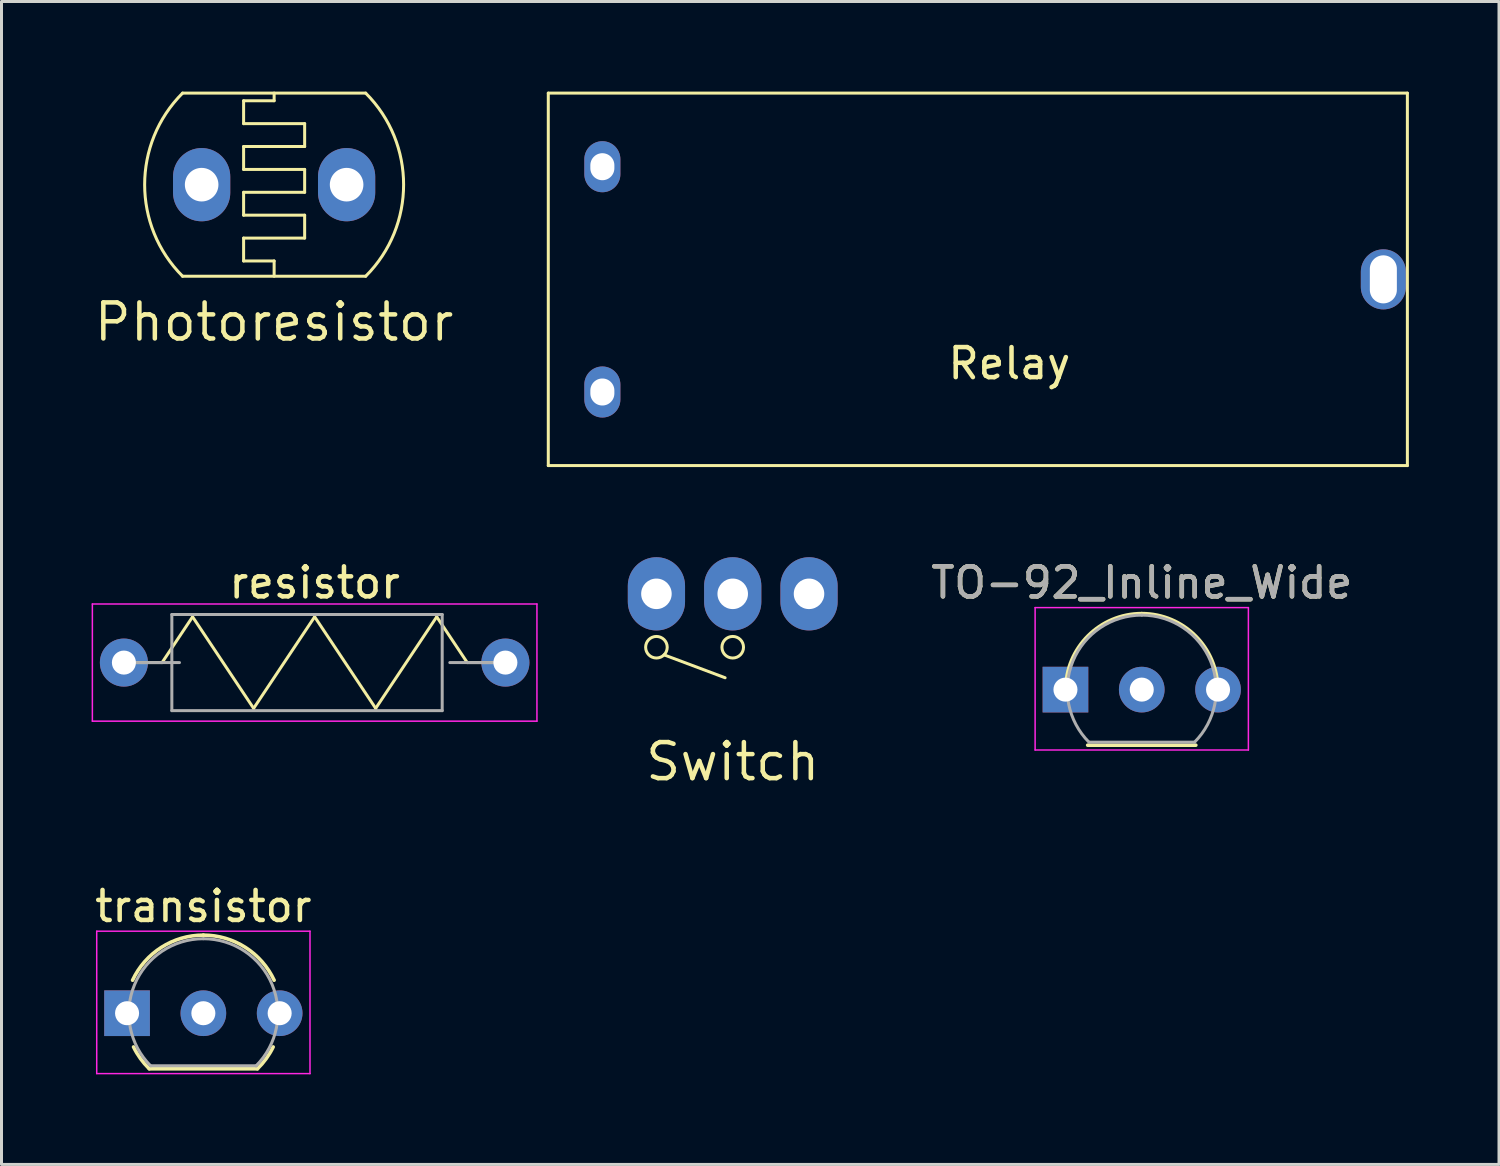
<source format=kicad_pcb>
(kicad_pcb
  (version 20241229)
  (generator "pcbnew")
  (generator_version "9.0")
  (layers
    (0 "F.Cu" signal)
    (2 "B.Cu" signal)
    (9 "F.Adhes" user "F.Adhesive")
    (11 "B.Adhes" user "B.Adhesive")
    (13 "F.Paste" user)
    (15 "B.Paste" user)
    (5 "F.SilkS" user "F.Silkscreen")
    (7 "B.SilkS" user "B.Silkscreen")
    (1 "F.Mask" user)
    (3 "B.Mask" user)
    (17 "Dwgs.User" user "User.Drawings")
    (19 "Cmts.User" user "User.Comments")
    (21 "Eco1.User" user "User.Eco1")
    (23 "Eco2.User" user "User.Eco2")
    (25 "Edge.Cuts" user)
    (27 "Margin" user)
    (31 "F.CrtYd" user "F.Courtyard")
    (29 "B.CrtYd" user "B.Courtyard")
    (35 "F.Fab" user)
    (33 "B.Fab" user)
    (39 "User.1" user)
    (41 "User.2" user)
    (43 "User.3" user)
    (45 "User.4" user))
  (footprint "TO-92_Inline_Wide"
    (layer "F.Cu")
    (at 32.42 19.908)
    (property "Reference" "TO-92_Inline_Wide" (at 2.54 -3.56 180) (layer "F.SilkS") (effects (font (size 1 1) (thickness 0.15))))
    (attr through_hole)
    (fp_line (start 0.74 1.85) (end 4.34 1.85) (stroke (width 0.12) (type solid)) (layer "F.SilkS"))
    (fp_arc (start 0 0) (mid 0.743949 -1.796051) (end 2.54 -2.54) (stroke (width 0.1) (type solid)) (layer "F.SilkS"))
    (fp_arc (start 2.54 -2.54) (mid 4.336051 -1.796051) (end 5.08 0) (stroke (width 0.1) (type solid)) (layer "F.SilkS"))
    (fp_line (start -1.01 -2.73) (end -1.01 2.01) (stroke (width 0.05) (type solid)) (layer "F.CrtYd"))
    (fp_line (start -1.01 -2.73) (end 6.09 -2.73) (stroke (width 0.05) (type solid)) (layer "F.CrtYd"))
    (fp_line (start 6.09 2.01) (end -1.01 2.01) (stroke (width 0.05) (type solid)) (layer "F.CrtYd"))
    (fp_line (start 6.09 2.01) (end 6.09 -2.73) (stroke (width 0.05) (type solid)) (layer "F.CrtYd"))
    (fp_line (start 0.8 1.75) (end 4.3 1.75) (stroke (width 0.1) (type solid)) (layer "F.Fab"))
    (fp_arc (start 0.786375 1.753625) (mid 0.248779 -0.949055) (end 2.54 -2.48) (stroke (width 0.1) (type solid)) (layer "F.Fab"))
    (fp_arc (start 2.54 -2.48) (mid 4.831221 -0.949055) (end 4.293625 1.753625) (stroke (width 0.1) (type solid)) (layer "F.Fab"))
    (fp_text user "${REFERENCE}" (at 2.54 -3.56 180) (layer "F.Fab") (effects (font (size 1 1) (thickness 0.15))))
    (pad "1" thru_hole rect (at 0 0 90) (size 1.52 1.52) (drill 0.8) (layers "*.Cu" "*.Mask"))
    (pad "2" thru_hole circle (at 2.54 0 90) (size 1.52 1.52) (drill 0.8) (layers "*.Cu" "*.Mask"))
    (pad "3" thru_hole circle (at 5.08 0 90) (size 1.52 1.52) (drill 0.8) (layers "*.Cu" "*.Mask")))
  (footprint "resistor"
    (layer "F.Cu")
    (at 1.075 19.008)
    (property "Reference" "resistor" (at 6.35 -2.66 0) (layer "F.SilkS") (effects (font (size 1 1) (thickness 0.15))))
    (attr through_hole)
    (fp_line (start 1.27 0) (end -0.254 0) (stroke (width 0.1) (type solid)) (layer "F.SilkS"))
    (fp_line (start 2.286 -1.524) (end 1.27 0) (stroke (width 0.1) (type solid)) (layer "F.SilkS"))
    (fp_line (start 4.318 1.524) (end 2.286 -1.524) (stroke (width 0.1) (type solid)) (layer "F.SilkS"))
    (fp_line (start 6.35 -1.524) (end 4.318 1.524) (stroke (width 0.1) (type solid)) (layer "F.SilkS"))
    (fp_line (start 8.382 1.524) (end 6.35 -1.524) (stroke (width 0.1) (type solid)) (layer "F.SilkS"))
    (fp_line (start 10.414 -1.524) (end 8.382 1.524) (stroke (width 0.1) (type solid)) (layer "F.SilkS"))
    (fp_line (start 11.43 0) (end 10.414 -1.524) (stroke (width 0.1) (type solid)) (layer "F.SilkS"))
    (fp_line (start 12.446 0) (end 11.43 0) (stroke (width 0.1) (type solid)) (layer "F.SilkS"))
    (fp_line (start -1.05 -1.95) (end -1.05 1.95) (stroke (width 0.05) (type solid)) (layer "F.CrtYd"))
    (fp_line (start -1.05 1.95) (end 13.75 1.95) (stroke (width 0.05) (type solid)) (layer "F.CrtYd"))
    (fp_line (start 13.75 -1.95) (end -1.05 -1.95) (stroke (width 0.05) (type solid)) (layer "F.CrtYd"))
    (fp_line (start 13.75 1.95) (end 13.75 -1.95) (stroke (width 0.05) (type solid)) (layer "F.CrtYd"))
    (fp_line (start 0 0) (end 1.85 0) (stroke (width 0.1) (type solid)) (layer "F.Fab"))
    (fp_line (start 1.596 -1.6) (end 1.596 1.6) (stroke (width 0.1) (type solid)) (layer "F.Fab"))
    (fp_line (start 1.596 1.6) (end 10.596 1.6) (stroke (width 0.1) (type solid)) (layer "F.Fab"))
    (fp_line (start 10.596 -1.6) (end 1.596 -1.6) (stroke (width 0.1) (type solid)) (layer "F.Fab"))
    (fp_line (start 10.596 1.6) (end 10.596 -1.6) (stroke (width 0.1) (type solid)) (layer "F.Fab"))
    (fp_line (start 12.7 0) (end 10.85 0) (stroke (width 0.1) (type solid)) (layer "F.Fab"))
    (pad "1" thru_hole circle (at 0 0) (size 1.6 1.6) (drill 0.8) (layers "*.Cu" "*.Mask"))
    (pad "2" thru_hole oval (at 12.7 0) (size 1.6 1.6) (drill 0.8) (layers "*.Cu" "*.Mask")))
  (footprint "Switch"
    (layer "F.Cu")
    (at 21.343 16.719)
    (property "Reference" "Switch" (at 0 5.588 0) (layer "F.SilkS") (effects (font (size 1.2 1.2) (thickness 0.15))))
    (attr through_hole)
    (fp_line (start -2.286 2.032) (end -0.254 2.794) (stroke (width 0.1) (type solid)) (layer "F.SilkS"))
    (fp_circle (center -2.54 1.778) (end -2.286 2.032) (stroke (width 0.1) (type solid)) (fill no) (layer "F.SilkS"))
    (fp_circle (center 0 1.778) (end 0.254 2.032) (stroke (width 0.1) (type solid)) (fill no) (layer "F.SilkS"))
    (pad "1" thru_hole oval (at -2.54 0) (size 1.905 2.438) (drill 1.016) (layers "*.Cu" "*.Mask"))
    (pad "2" thru_hole oval (at 0 0) (size 1.905 2.438) (drill 1.016) (layers "*.Cu" "*.Mask"))
    (pad "3" thru_hole oval (at 2.54 0) (size 1.905 2.438) (drill 1.016) (layers "*.Cu" "*.Mask")))
  (footprint "Photoresistor"
    (layer "F.Cu")
    (at 6.076 3.098)
    (property "Reference" "Photoresistor" (at 0 4.572 0) (layer "F.SilkS") (effects (font (size 1.2 1.2) (thickness 0.15))))
    (attr through_hole)
    (fp_line (start -3.048 3.048) (end 3.048 3.048) (stroke (width 0.1) (type solid)) (layer "F.SilkS"))
    (fp_line (start -1.016 -2.794) (end 0 -2.794) (stroke (width 0.1) (type solid)) (layer "F.SilkS"))
    (fp_line (start -1.016 -2.032) (end -1.016 -2.794) (stroke (width 0.1) (type solid)) (layer "F.SilkS"))
    (fp_line (start -1.016 -1.27) (end 1.016 -1.27) (stroke (width 0.1) (type solid)) (layer "F.SilkS"))
    (fp_line (start -1.016 -0.508) (end -1.016 -1.27) (stroke (width 0.1) (type solid)) (layer "F.SilkS"))
    (fp_line (start -1.016 0.254) (end 1.016 0.254) (stroke (width 0.1) (type solid)) (layer "F.SilkS"))
    (fp_line (start -1.016 1.016) (end -1.016 0.254) (stroke (width 0.1) (type solid)) (layer "F.SilkS"))
    (fp_line (start -1.016 1.778) (end 1.016 1.778) (stroke (width 0.1) (type solid)) (layer "F.SilkS"))
    (fp_line (start -1.016 2.54) (end -1.016 1.778) (stroke (width 0.1) (type solid)) (layer "F.SilkS"))
    (fp_line (start 0 -2.794) (end 0 -3.048) (stroke (width 0.1) (type solid)) (layer "F.SilkS"))
    (fp_line (start 0 2.54) (end -1.016 2.54) (stroke (width 0.1) (type solid)) (layer "F.SilkS"))
    (fp_line (start 0 3.048) (end 0 2.54) (stroke (width 0.1) (type solid)) (layer "F.SilkS"))
    (fp_line (start 1.016 -2.032) (end -1.016 -2.032) (stroke (width 0.1) (type solid)) (layer "F.SilkS"))
    (fp_line (start 1.016 -1.27) (end 1.016 -2.032) (stroke (width 0.1) (type solid)) (layer "F.SilkS"))
    (fp_line (start 1.016 -0.508) (end -1.016 -0.508) (stroke (width 0.1) (type solid)) (layer "F.SilkS"))
    (fp_line (start 1.016 0.254) (end 1.016 -0.508) (stroke (width 0.1) (type solid)) (layer "F.SilkS"))
    (fp_line (start 1.016 1.016) (end -1.016 1.016) (stroke (width 0.1) (type solid)) (layer "F.SilkS"))
    (fp_line (start 1.016 1.778) (end 1.016 1.016) (stroke (width 0.1) (type solid)) (layer "F.SilkS"))
    (fp_line (start 3.048 -3.048) (end -3.048 -3.048) (stroke (width 0.1) (type solid)) (layer "F.SilkS"))
    (fp_arc (start -3.048 3.048) (mid -4.310523 0) (end -3.048 -3.048) (stroke (width 0.1) (type solid)) (layer "F.SilkS"))
    (fp_arc (start 3.048 -3.048) (mid 4.310523 0) (end 3.048 3.048) (stroke (width 0.1) (type solid)) (layer "F.SilkS"))
    (pad "1" thru_hole oval (at -2.413 0) (size 1.905 2.438) (drill 1.118) (layers "*.Cu" "*.Mask"))
    (pad "2" thru_hole oval (at 2.413 0) (size 1.905 2.438) (drill 1.118) (layers "*.Cu" "*.Mask")))
  (footprint "Relay"
    (layer "F.Cu")
    (at 37.403 6.25)
    (property "Reference" "Relay" (at -6.85 2.8 0) (layer "F.SilkS") (effects (font (size 1 1) (thickness 0.15))))
    (attr through_hole)
    (fp_line (start -22.2 -6.2) (end -22.2 6.2) (stroke (width 0.1) (type solid)) (layer "F.SilkS"))
    (fp_line (start -22.2 6.2) (end 6.4 6.2) (stroke (width 0.1) (type solid)) (layer "F.SilkS"))
    (fp_line (start 6.4 -6.2) (end -22.2 -6.2) (stroke (width 0.1) (type solid)) (layer "F.SilkS"))
    (fp_line (start 6.4 6.2) (end 6.4 -6.2) (stroke (width 0.1) (type solid)) (layer "F.SilkS"))
    (pad "1" thru_hole oval (at 5.6 0) (size 1.5 2) (drill oval 0.9 1.6) (layers "*.Cu" "*.Mask"))
    (pad "A1" thru_hole oval (at -20.4 3.75) (size 1.2 1.7) (drill oval 0.8 0.9) (layers "*.Cu" "*.Mask"))
    (pad "A2" thru_hole oval (at -20.4 -3.75) (size 1.2 1.7) (drill oval 0.8 0.9) (layers "*.Cu" "*.Mask")))
  (footprint "transistor"
    (layer "F.Cu")
    (at 1.18 30.681)
    (property "Reference" "transistor" (at 2.54 -3.56 180) (layer "F.SilkS") (effects (font (size 1 1) (thickness 0.15))))
    (attr through_hole)
    (fp_line (start 0.74 1.85) (end 4.34 1.85) (stroke (width 0.12) (type solid)) (layer "F.SilkS"))
    (fp_arc (start 0.1836 -1.098807) (mid 1.143021 -2.192817) (end 2.54 -2.6) (stroke (width 0.12) (type solid)) (layer "F.SilkS"))
    (fp_arc (start 0.74 1.85) (mid 0.446097 1.509328) (end 0.215816 1.122795) (stroke (width 0.12) (type solid)) (layer "F.SilkS"))
    (fp_arc (start 2.54 -2.6) (mid 3.936979 -2.192818) (end 4.8964 -1.098807) (stroke (width 0.12) (type solid)) (layer "F.SilkS"))
    (fp_arc (start 4.864184 1.122795) (mid 4.633903 1.509328) (end 4.34 1.85) (stroke (width 0.12) (type solid)) (layer "F.SilkS"))
    (fp_line (start -1.01 -2.73) (end -1.01 2.01) (stroke (width 0.05) (type solid)) (layer "F.CrtYd"))
    (fp_line (start -1.01 -2.73) (end 6.09 -2.73) (stroke (width 0.05) (type solid)) (layer "F.CrtYd"))
    (fp_line (start 6.09 2.01) (end -1.01 2.01) (stroke (width 0.05) (type solid)) (layer "F.CrtYd"))
    (fp_line (start 6.09 2.01) (end 6.09 -2.73) (stroke (width 0.05) (type solid)) (layer "F.CrtYd"))
    (fp_line (start 0.8 1.75) (end 4.3 1.75) (stroke (width 0.1) (type solid)) (layer "F.Fab"))
    (fp_arc (start 0.786375 1.753625) (mid 0.248779 -0.949055) (end 2.54 -2.48) (stroke (width 0.1) (type solid)) (layer "F.Fab"))
    (fp_arc (start 2.54 -2.48) (mid 4.831221 -0.949055) (end 4.293625 1.753625) (stroke (width 0.1) (type solid)) (layer "F.Fab"))
    (pad "1" thru_hole rect (at 0 0 90) (size 1.52 1.52) (drill 0.8) (layers "*.Cu" "*.Mask"))
    (pad "2" thru_hole circle (at 2.54 0 90) (size 1.52 1.52) (drill 0.8) (layers "*.Cu" "*.Mask"))
    (pad "3" thru_hole circle (at 5.08 0 90) (size 1.52 1.52) (drill 0.8) (layers "*.Cu" "*.Mask")))
  (gr_rect
    (start -3 -3)
    (end 46.853 35.716)
    (stroke (width 0.1) (type default))
    (fill no)
    (layer "Edge.Cuts")))
</source>
